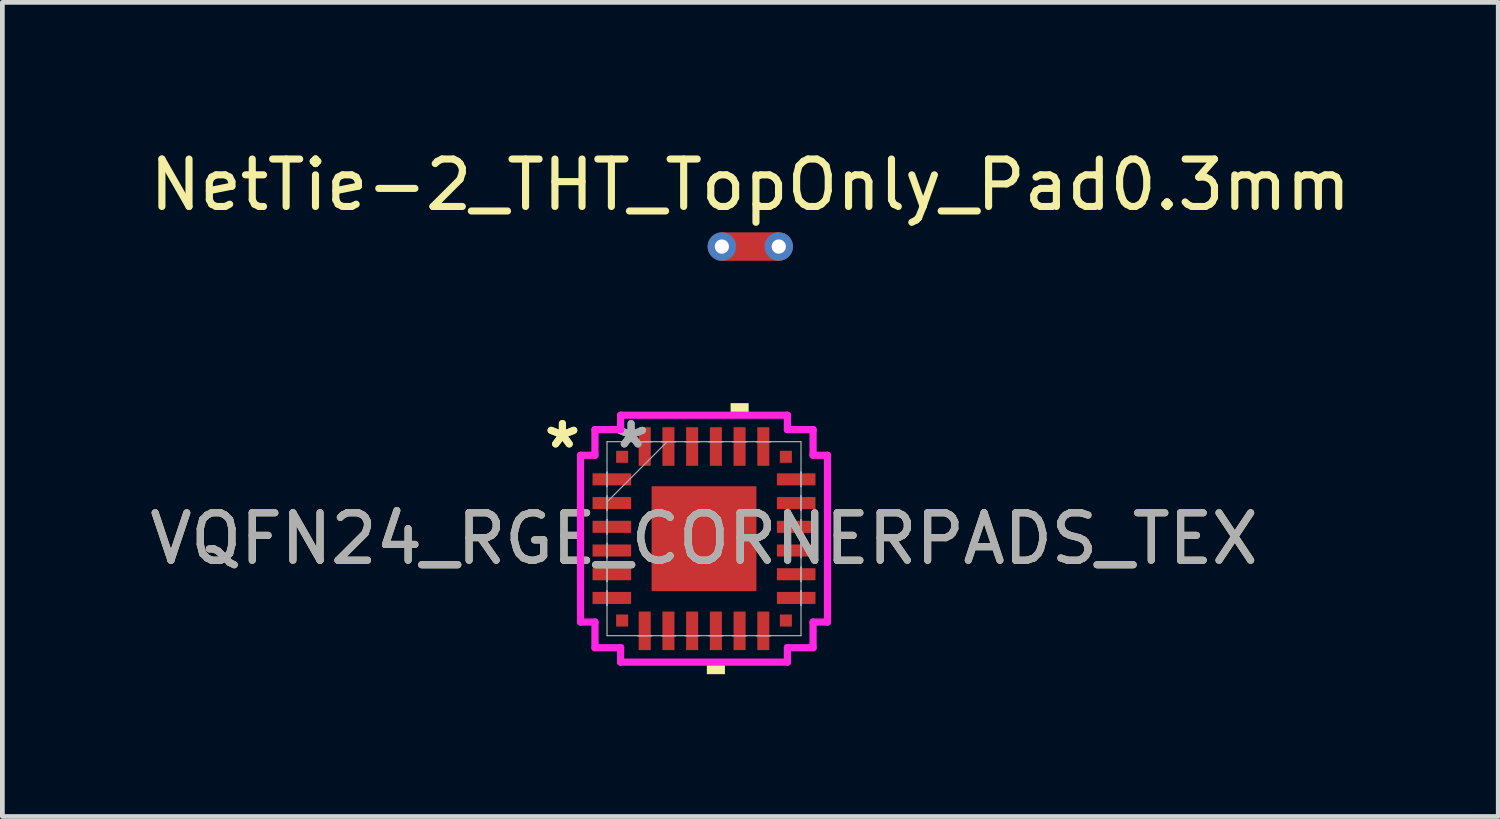
<source format=kicad_pcb>
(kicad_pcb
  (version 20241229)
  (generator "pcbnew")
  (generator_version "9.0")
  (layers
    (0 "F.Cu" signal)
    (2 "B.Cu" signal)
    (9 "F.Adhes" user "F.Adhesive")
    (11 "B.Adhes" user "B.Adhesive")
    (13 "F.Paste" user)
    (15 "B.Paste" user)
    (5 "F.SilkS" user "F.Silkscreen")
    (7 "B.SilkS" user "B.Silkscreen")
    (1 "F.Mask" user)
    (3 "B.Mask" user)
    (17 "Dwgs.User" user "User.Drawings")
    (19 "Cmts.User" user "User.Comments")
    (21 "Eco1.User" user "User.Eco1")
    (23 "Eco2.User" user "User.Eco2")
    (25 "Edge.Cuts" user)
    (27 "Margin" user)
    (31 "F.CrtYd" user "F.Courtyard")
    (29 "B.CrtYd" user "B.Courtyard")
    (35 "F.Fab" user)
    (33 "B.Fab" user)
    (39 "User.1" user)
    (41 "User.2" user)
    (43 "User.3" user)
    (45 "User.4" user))
  (footprint "NetTie-2_THT_TopOnly_Pad0.3mm"
    (layer "F.Cu")
    (at 12.168 2.148)
    (property "Reference" "NetTie-2_THT_TopOnly_Pad0.3mm" (at 0.6 -1.3 180) (layer "F.SilkS") (effects (font (size 1 1) (thickness 0.15))))
    (attr exclude_from_pos_files exclude_from_bom allow_missing_courtyard)
    (fp_poly (pts (xy 0 -0.3) (xy 1.2 -0.3) (xy 1.2 0.3) (xy 0 0.3)) (stroke (width 0) (type solid)) (fill yes) (layer "F.Cu"))
    (pad "1" thru_hole circle (at 0 0) (size 0.6 0.6) (drill 0.3) (layers "*.Cu"))
    (pad "2" thru_hole circle (at 1.2 0) (size 0.6 0.6) (drill 0.3) (layers "*.Cu")))
  (footprint "VQFN24_RGE_CORNERPADS_TEX"
    (layer "F.Cu")
    (at 11.792 8.306)
    (property "Reference" "VQFN24_RGE_CORNERPADS_TEX" (at 0 0 0) (unlocked yes) (layer "F.SilkS") (effects (font (size 1 1) (thickness 0.15))))
    (attr smd)
    (fp_poly (pts (xy 0.06 2.603) (xy 0.06 2.857) (xy 0.441 2.857) (xy 0.441 2.603)) (stroke (width 0) (type solid)) (fill yes) (layer "F.SilkS"))
    (fp_poly (pts (xy 0.56 -2.603) (xy 0.56 -2.857) (xy 0.941 -2.857) (xy 0.941 -2.603)) (stroke (width 0) (type solid)) (fill yes) (layer "F.SilkS"))
    (fp_line (start -2.603 -1.758) (end -2.299 -1.758) (stroke (width 0.152) (type solid)) (layer "F.CrtYd"))
    (fp_line (start -2.603 1.758) (end -2.603 -1.758) (stroke (width 0.152) (type solid)) (layer "F.CrtYd"))
    (fp_line (start -2.603 1.758) (end -2.299 1.758) (stroke (width 0.152) (type solid)) (layer "F.CrtYd"))
    (fp_line (start -2.299 -2.299) (end -1.758 -2.299) (stroke (width 0.152) (type solid)) (layer "F.CrtYd"))
    (fp_line (start -2.299 -1.758) (end -2.299 -2.299) (stroke (width 0.152) (type solid)) (layer "F.CrtYd"))
    (fp_line (start -2.299 2.299) (end -2.299 1.758) (stroke (width 0.152) (type solid)) (layer "F.CrtYd"))
    (fp_line (start -1.758 -2.603) (end 1.758 -2.603) (stroke (width 0.152) (type solid)) (layer "F.CrtYd"))
    (fp_line (start -1.758 -2.299) (end -1.758 -2.603) (stroke (width 0.152) (type solid)) (layer "F.CrtYd"))
    (fp_line (start -1.758 2.299) (end -2.299 2.299) (stroke (width 0.152) (type solid)) (layer "F.CrtYd"))
    (fp_line (start -1.758 2.603) (end -1.758 2.299) (stroke (width 0.152) (type solid)) (layer "F.CrtYd"))
    (fp_line (start 1.758 -2.603) (end 1.758 -2.299) (stroke (width 0.152) (type solid)) (layer "F.CrtYd"))
    (fp_line (start 1.758 -2.299) (end 2.299 -2.299) (stroke (width 0.152) (type solid)) (layer "F.CrtYd"))
    (fp_line (start 1.758 2.299) (end 1.758 2.603) (stroke (width 0.152) (type solid)) (layer "F.CrtYd"))
    (fp_line (start 1.758 2.603) (end -1.758 2.603) (stroke (width 0.152) (type solid)) (layer "F.CrtYd"))
    (fp_line (start 2.299 -2.299) (end 2.299 -1.758) (stroke (width 0.152) (type solid)) (layer "F.CrtYd"))
    (fp_line (start 2.299 -1.758) (end 2.603 -1.758) (stroke (width 0.152) (type solid)) (layer "F.CrtYd"))
    (fp_line (start 2.299 1.758) (end 2.299 2.299) (stroke (width 0.152) (type solid)) (layer "F.CrtYd"))
    (fp_line (start 2.299 2.299) (end 1.758 2.299) (stroke (width 0.152) (type solid)) (layer "F.CrtYd"))
    (fp_line (start 2.603 -1.758) (end 2.603 1.758) (stroke (width 0.152) (type solid)) (layer "F.CrtYd"))
    (fp_line (start 2.603 1.758) (end 2.299 1.758) (stroke (width 0.152) (type solid)) (layer "F.CrtYd"))
    (fp_line (start -2.045 -2.045) (end -2.045 2.045) (stroke (width 0.025) (type solid)) (layer "F.Fab"))
    (fp_line (start -2.045 -1.403) (end -2.045 -1.403) (stroke (width 0.025) (type solid)) (layer "F.Fab"))
    (fp_line (start -2.045 -1.403) (end -2.045 -1.098) (stroke (width 0.025) (type solid)) (layer "F.Fab"))
    (fp_line (start -2.045 -1.098) (end -2.045 -1.403) (stroke (width 0.025) (type solid)) (layer "F.Fab"))
    (fp_line (start -2.045 -1.098) (end -2.045 -1.098) (stroke (width 0.025) (type solid)) (layer "F.Fab"))
    (fp_line (start -2.045 -0.903) (end -2.045 -0.903) (stroke (width 0.025) (type solid)) (layer "F.Fab"))
    (fp_line (start -2.045 -0.903) (end -2.045 -0.598) (stroke (width 0.025) (type solid)) (layer "F.Fab"))
    (fp_line (start -2.045 -0.775) (end -0.775 -2.045) (stroke (width 0.025) (type solid)) (layer "F.Fab"))
    (fp_line (start -2.045 -0.598) (end -2.045 -0.903) (stroke (width 0.025) (type solid)) (layer "F.Fab"))
    (fp_line (start -2.045 -0.598) (end -2.045 -0.598) (stroke (width 0.025) (type solid)) (layer "F.Fab"))
    (fp_line (start -2.045 -0.402) (end -2.045 -0.402) (stroke (width 0.025) (type solid)) (layer "F.Fab"))
    (fp_line (start -2.045 -0.402) (end -2.045 -0.098) (stroke (width 0.025) (type solid)) (layer "F.Fab"))
    (fp_line (start -2.045 -0.098) (end -2.045 -0.402) (stroke (width 0.025) (type solid)) (layer "F.Fab"))
    (fp_line (start -2.045 -0.098) (end -2.045 -0.098) (stroke (width 0.025) (type solid)) (layer "F.Fab"))
    (fp_line (start -2.045 0.098) (end -2.045 0.098) (stroke (width 0.025) (type solid)) (layer "F.Fab"))
    (fp_line (start -2.045 0.098) (end -2.045 0.402) (stroke (width 0.025) (type solid)) (layer "F.Fab"))
    (fp_line (start -2.045 0.402) (end -2.045 0.098) (stroke (width 0.025) (type solid)) (layer "F.Fab"))
    (fp_line (start -2.045 0.402) (end -2.045 0.402) (stroke (width 0.025) (type solid)) (layer "F.Fab"))
    (fp_line (start -2.045 0.598) (end -2.045 0.598) (stroke (width 0.025) (type solid)) (layer "F.Fab"))
    (fp_line (start -2.045 0.598) (end -2.045 0.903) (stroke (width 0.025) (type solid)) (layer "F.Fab"))
    (fp_line (start -2.045 0.903) (end -2.045 0.598) (stroke (width 0.025) (type solid)) (layer "F.Fab"))
    (fp_line (start -2.045 0.903) (end -2.045 0.903) (stroke (width 0.025) (type solid)) (layer "F.Fab"))
    (fp_line (start -2.045 1.098) (end -2.045 1.098) (stroke (width 0.025) (type solid)) (layer "F.Fab"))
    (fp_line (start -2.045 1.098) (end -2.045 1.403) (stroke (width 0.025) (type solid)) (layer "F.Fab"))
    (fp_line (start -2.045 1.403) (end -2.045 1.098) (stroke (width 0.025) (type solid)) (layer "F.Fab"))
    (fp_line (start -2.045 1.403) (end -2.045 1.403) (stroke (width 0.025) (type solid)) (layer "F.Fab"))
    (fp_line (start -2.045 2.045) (end 2.045 2.045) (stroke (width 0.025) (type solid)) (layer "F.Fab"))
    (fp_line (start -1.403 -2.045) (end -1.403 -2.045) (stroke (width 0.025) (type solid)) (layer "F.Fab"))
    (fp_line (start -1.403 -2.045) (end -1.098 -2.045) (stroke (width 0.025) (type solid)) (layer "F.Fab"))
    (fp_line (start -1.403 2.045) (end -1.403 2.045) (stroke (width 0.025) (type solid)) (layer "F.Fab"))
    (fp_line (start -1.403 2.045) (end -1.098 2.045) (stroke (width 0.025) (type solid)) (layer "F.Fab"))
    (fp_line (start -1.098 -2.045) (end -1.403 -2.045) (stroke (width 0.025) (type solid)) (layer "F.Fab"))
    (fp_line (start -1.098 -2.045) (end -1.098 -2.045) (stroke (width 0.025) (type solid)) (layer "F.Fab"))
    (fp_line (start -1.098 2.045) (end -1.403 2.045) (stroke (width 0.025) (type solid)) (layer "F.Fab"))
    (fp_line (start -1.098 2.045) (end -1.098 2.045) (stroke (width 0.025) (type solid)) (layer "F.Fab"))
    (fp_line (start -0.903 -2.045) (end -0.903 -2.045) (stroke (width 0.025) (type solid)) (layer "F.Fab"))
    (fp_line (start -0.903 -2.045) (end -0.598 -2.045) (stroke (width 0.025) (type solid)) (layer "F.Fab"))
    (fp_line (start -0.903 2.045) (end -0.903 2.045) (stroke (width 0.025) (type solid)) (layer "F.Fab"))
    (fp_line (start -0.903 2.045) (end -0.598 2.045) (stroke (width 0.025) (type solid)) (layer "F.Fab"))
    (fp_line (start -0.598 -2.045) (end -0.903 -2.045) (stroke (width 0.025) (type solid)) (layer "F.Fab"))
    (fp_line (start -0.598 -2.045) (end -0.598 -2.045) (stroke (width 0.025) (type solid)) (layer "F.Fab"))
    (fp_line (start -0.598 2.045) (end -0.903 2.045) (stroke (width 0.025) (type solid)) (layer "F.Fab"))
    (fp_line (start -0.598 2.045) (end -0.598 2.045) (stroke (width 0.025) (type solid)) (layer "F.Fab"))
    (fp_line (start -0.402 -2.045) (end -0.402 -2.045) (stroke (width 0.025) (type solid)) (layer "F.Fab"))
    (fp_line (start -0.402 -2.045) (end -0.098 -2.045) (stroke (width 0.025) (type solid)) (layer "F.Fab"))
    (fp_line (start -0.402 2.045) (end -0.402 2.045) (stroke (width 0.025) (type solid)) (layer "F.Fab"))
    (fp_line (start -0.402 2.045) (end -0.098 2.045) (stroke (width 0.025) (type solid)) (layer "F.Fab"))
    (fp_line (start -0.098 -2.045) (end -0.402 -2.045) (stroke (width 0.025) (type solid)) (layer "F.Fab"))
    (fp_line (start -0.098 -2.045) (end -0.098 -2.045) (stroke (width 0.025) (type solid)) (layer "F.Fab"))
    (fp_line (start -0.098 2.045) (end -0.402 2.045) (stroke (width 0.025) (type solid)) (layer "F.Fab"))
    (fp_line (start -0.098 2.045) (end -0.098 2.045) (stroke (width 0.025) (type solid)) (layer "F.Fab"))
    (fp_line (start 0.098 -2.045) (end 0.098 -2.045) (stroke (width 0.025) (type solid)) (layer "F.Fab"))
    (fp_line (start 0.098 -2.045) (end 0.402 -2.045) (stroke (width 0.025) (type solid)) (layer "F.Fab"))
    (fp_line (start 0.098 2.045) (end 0.098 2.045) (stroke (width 0.025) (type solid)) (layer "F.Fab"))
    (fp_line (start 0.098 2.045) (end 0.402 2.045) (stroke (width 0.025) (type solid)) (layer "F.Fab"))
    (fp_line (start 0.402 -2.045) (end 0.098 -2.045) (stroke (width 0.025) (type solid)) (layer "F.Fab"))
    (fp_line (start 0.402 -2.045) (end 0.402 -2.045) (stroke (width 0.025) (type solid)) (layer "F.Fab"))
    (fp_line (start 0.402 2.045) (end 0.098 2.045) (stroke (width 0.025) (type solid)) (layer "F.Fab"))
    (fp_line (start 0.402 2.045) (end 0.402 2.045) (stroke (width 0.025) (type solid)) (layer "F.Fab"))
    (fp_line (start 0.598 -2.045) (end 0.598 -2.045) (stroke (width 0.025) (type solid)) (layer "F.Fab"))
    (fp_line (start 0.598 -2.045) (end 0.903 -2.045) (stroke (width 0.025) (type solid)) (layer "F.Fab"))
    (fp_line (start 0.598 2.045) (end 0.598 2.045) (stroke (width 0.025) (type solid)) (layer "F.Fab"))
    (fp_line (start 0.598 2.045) (end 0.903 2.045) (stroke (width 0.025) (type solid)) (layer "F.Fab"))
    (fp_line (start 0.903 -2.045) (end 0.598 -2.045) (stroke (width 0.025) (type solid)) (layer "F.Fab"))
    (fp_line (start 0.903 -2.045) (end 0.903 -2.045) (stroke (width 0.025) (type solid)) (layer "F.Fab"))
    (fp_line (start 0.903 2.045) (end 0.598 2.045) (stroke (width 0.025) (type solid)) (layer "F.Fab"))
    (fp_line (start 0.903 2.045) (end 0.903 2.045) (stroke (width 0.025) (type solid)) (layer "F.Fab"))
    (fp_line (start 1.098 -2.045) (end 1.098 -2.045) (stroke (width 0.025) (type solid)) (layer "F.Fab"))
    (fp_line (start 1.098 -2.045) (end 1.403 -2.045) (stroke (width 0.025) (type solid)) (layer "F.Fab"))
    (fp_line (start 1.098 2.045) (end 1.098 2.045) (stroke (width 0.025) (type solid)) (layer "F.Fab"))
    (fp_line (start 1.098 2.045) (end 1.403 2.045) (stroke (width 0.025) (type solid)) (layer "F.Fab"))
    (fp_line (start 1.403 -2.045) (end 1.098 -2.045) (stroke (width 0.025) (type solid)) (layer "F.Fab"))
    (fp_line (start 1.403 -2.045) (end 1.403 -2.045) (stroke (width 0.025) (type solid)) (layer "F.Fab"))
    (fp_line (start 1.403 2.045) (end 1.098 2.045) (stroke (width 0.025) (type solid)) (layer "F.Fab"))
    (fp_line (start 1.403 2.045) (end 1.403 2.045) (stroke (width 0.025) (type solid)) (layer "F.Fab"))
    (fp_line (start 2.045 -2.045) (end -2.045 -2.045) (stroke (width 0.025) (type solid)) (layer "F.Fab"))
    (fp_line (start 2.045 -1.403) (end 2.045 -1.403) (stroke (width 0.025) (type solid)) (layer "F.Fab"))
    (fp_line (start 2.045 -1.403) (end 2.045 -1.098) (stroke (width 0.025) (type solid)) (layer "F.Fab"))
    (fp_line (start 2.045 -1.098) (end 2.045 -1.403) (stroke (width 0.025) (type solid)) (layer "F.Fab"))
    (fp_line (start 2.045 -1.098) (end 2.045 -1.098) (stroke (width 0.025) (type solid)) (layer "F.Fab"))
    (fp_line (start 2.045 -0.903) (end 2.045 -0.903) (stroke (width 0.025) (type solid)) (layer "F.Fab"))
    (fp_line (start 2.045 -0.903) (end 2.045 -0.598) (stroke (width 0.025) (type solid)) (layer "F.Fab"))
    (fp_line (start 2.045 -0.598) (end 2.045 -0.903) (stroke (width 0.025) (type solid)) (layer "F.Fab"))
    (fp_line (start 2.045 -0.598) (end 2.045 -0.598) (stroke (width 0.025) (type solid)) (layer "F.Fab"))
    (fp_line (start 2.045 -0.402) (end 2.045 -0.402) (stroke (width 0.025) (type solid)) (layer "F.Fab"))
    (fp_line (start 2.045 -0.402) (end 2.045 -0.098) (stroke (width 0.025) (type solid)) (layer "F.Fab"))
    (fp_line (start 2.045 -0.098) (end 2.045 -0.402) (stroke (width 0.025) (type solid)) (layer "F.Fab"))
    (fp_line (start 2.045 -0.098) (end 2.045 -0.098) (stroke (width 0.025) (type solid)) (layer "F.Fab"))
    (fp_line (start 2.045 0.098) (end 2.045 0.098) (stroke (width 0.025) (type solid)) (layer "F.Fab"))
    (fp_line (start 2.045 0.098) (end 2.045 0.402) (stroke (width 0.025) (type solid)) (layer "F.Fab"))
    (fp_line (start 2.045 0.402) (end 2.045 0.098) (stroke (width 0.025) (type solid)) (layer "F.Fab"))
    (fp_line (start 2.045 0.402) (end 2.045 0.402) (stroke (width 0.025) (type solid)) (layer "F.Fab"))
    (fp_line (start 2.045 0.598) (end 2.045 0.598) (stroke (width 0.025) (type solid)) (layer "F.Fab"))
    (fp_line (start 2.045 0.598) (end 2.045 0.903) (stroke (width 0.025) (type solid)) (layer "F.Fab"))
    (fp_line (start 2.045 0.903) (end 2.045 0.598) (stroke (width 0.025) (type solid)) (layer "F.Fab"))
    (fp_line (start 2.045 0.903) (end 2.045 0.903) (stroke (width 0.025) (type solid)) (layer "F.Fab"))
    (fp_line (start 2.045 1.098) (end 2.045 1.098) (stroke (width 0.025) (type solid)) (layer "F.Fab"))
    (fp_line (start 2.045 1.098) (end 2.045 1.403) (stroke (width 0.025) (type solid)) (layer "F.Fab"))
    (fp_line (start 2.045 1.403) (end 2.045 1.098) (stroke (width 0.025) (type solid)) (layer "F.Fab"))
    (fp_line (start 2.045 1.403) (end 2.045 1.403) (stroke (width 0.025) (type solid)) (layer "F.Fab"))
    (fp_line (start 2.045 2.045) (end 2.045 -2.045) (stroke (width 0.025) (type solid)) (layer "F.Fab"))
    (fp_text user "*" (at -2.985 -1.881 0) (layer "F.SilkS") (effects (font (size 1 1) (thickness 0.15))))
    (fp_text user "*" (at -2.985 -1.881 0) (unlocked yes) (layer "F.SilkS") (effects (font (size 1 1) (thickness 0.15))))
    (fp_text user "*" (at -1.537 -1.881 0) (layer "F.Fab") (effects (font (size 1 1) (thickness 0.15))))
    (fp_text user "${REFERENCE}" (at 0 0 0) (unlocked yes) (layer "F.Fab") (effects (font (size 1 1) (thickness 0.15))))
    (fp_text user "*" (at -1.537 -1.881 0) (unlocked yes) (layer "F.Fab") (effects (font (size 1 1) (thickness 0.15))))
    (pad "1" smd rect (at -1.943 -1.25 90) (size 0.254 0.813) (layers "F.Cu" "F.Mask" "F.Paste"))
    (pad "2" smd rect (at -1.943 -0.75 90) (size 0.254 0.813) (layers "F.Cu" "F.Mask" "F.Paste"))
    (pad "3" smd rect (at -1.943 -0.25 90) (size 0.254 0.813) (layers "F.Cu" "F.Mask" "F.Paste"))
    (pad "4" smd rect (at -1.943 0.25 90) (size 0.254 0.813) (layers "F.Cu" "F.Mask" "F.Paste"))
    (pad "5" smd rect (at -1.943 0.75 90) (size 0.254 0.813) (layers "F.Cu" "F.Mask" "F.Paste"))
    (pad "6" smd rect (at -1.943 1.25 90) (size 0.254 0.813) (layers "F.Cu" "F.Mask" "F.Paste"))
    (pad "7" smd rect (at -1.25 1.943) (size 0.254 0.813) (layers "F.Cu" "F.Mask" "F.Paste"))
    (pad "8" smd rect (at -0.75 1.943) (size 0.254 0.813) (layers "F.Cu" "F.Mask" "F.Paste"))
    (pad "9" smd rect (at -0.25 1.943) (size 0.254 0.813) (layers "F.Cu" "F.Mask" "F.Paste"))
    (pad "10" smd rect (at 0.25 1.943) (size 0.254 0.813) (layers "F.Cu" "F.Mask" "F.Paste"))
    (pad "11" smd rect (at 0.75 1.943) (size 0.254 0.813) (layers "F.Cu" "F.Mask" "F.Paste"))
    (pad "12" smd rect (at 1.25 1.943) (size 0.254 0.813) (layers "F.Cu" "F.Mask" "F.Paste"))
    (pad "13" smd rect (at 1.943 1.25 90) (size 0.254 0.813) (layers "F.Cu" "F.Mask" "F.Paste"))
    (pad "14" smd rect (at 1.943 0.75 90) (size 0.254 0.813) (layers "F.Cu" "F.Mask" "F.Paste"))
    (pad "15" smd rect (at 1.943 0.25 90) (size 0.254 0.813) (layers "F.Cu" "F.Mask" "F.Paste"))
    (pad "16" smd rect (at 1.943 -0.25 90) (size 0.254 0.813) (layers "F.Cu" "F.Mask" "F.Paste"))
    (pad "17" smd rect (at 1.943 -0.75 90) (size 0.254 0.813) (layers "F.Cu" "F.Mask" "F.Paste"))
    (pad "18" smd rect (at 1.943 -1.25 90) (size 0.254 0.813) (layers "F.Cu" "F.Mask" "F.Paste"))
    (pad "19" smd rect (at 1.25 -1.943) (size 0.254 0.813) (layers "F.Cu" "F.Mask" "F.Paste"))
    (pad "20" smd rect (at 0.75 -1.943) (size 0.254 0.813) (layers "F.Cu" "F.Mask" "F.Paste"))
    (pad "21" smd rect (at 0.25 -1.943) (size 0.254 0.813) (layers "F.Cu" "F.Mask" "F.Paste"))
    (pad "22" smd rect (at -0.25 -1.943) (size 0.254 0.813) (layers "F.Cu" "F.Mask" "F.Paste"))
    (pad "23" smd rect (at -0.75 -1.943) (size 0.254 0.813) (layers "F.Cu" "F.Mask" "F.Paste"))
    (pad "24" smd rect (at -1.25 -1.943) (size 0.254 0.813) (layers "F.Cu" "F.Mask" "F.Paste"))
    (pad "29" smd rect (at 0 0) (size 2.21 2.21) (layers "F.Cu" "F.Mask" "F.Paste"))
    (pad "A1" smd rect (at -1.726 -1.726) (size 0.254 0.254) (layers "F.Cu" "F.Mask" "F.Paste"))
    (pad "A2" smd rect (at -1.726 1.726) (size 0.254 0.254) (layers "F.Cu" "F.Mask" "F.Paste"))
    (pad "A3" smd rect (at 1.726 1.726) (size 0.254 0.254) (layers "F.Cu" "F.Mask" "F.Paste"))
    (pad "A4" smd rect (at 1.726 -1.726) (size 0.254 0.254) (layers "F.Cu" "F.Mask" "F.Paste")))
  (gr_rect
    (start -3 -3)
    (end 28.536 14.163)
    (stroke (width 0.1) (type default))
    (fill no)
    (layer "Edge.Cuts")))
</source>
